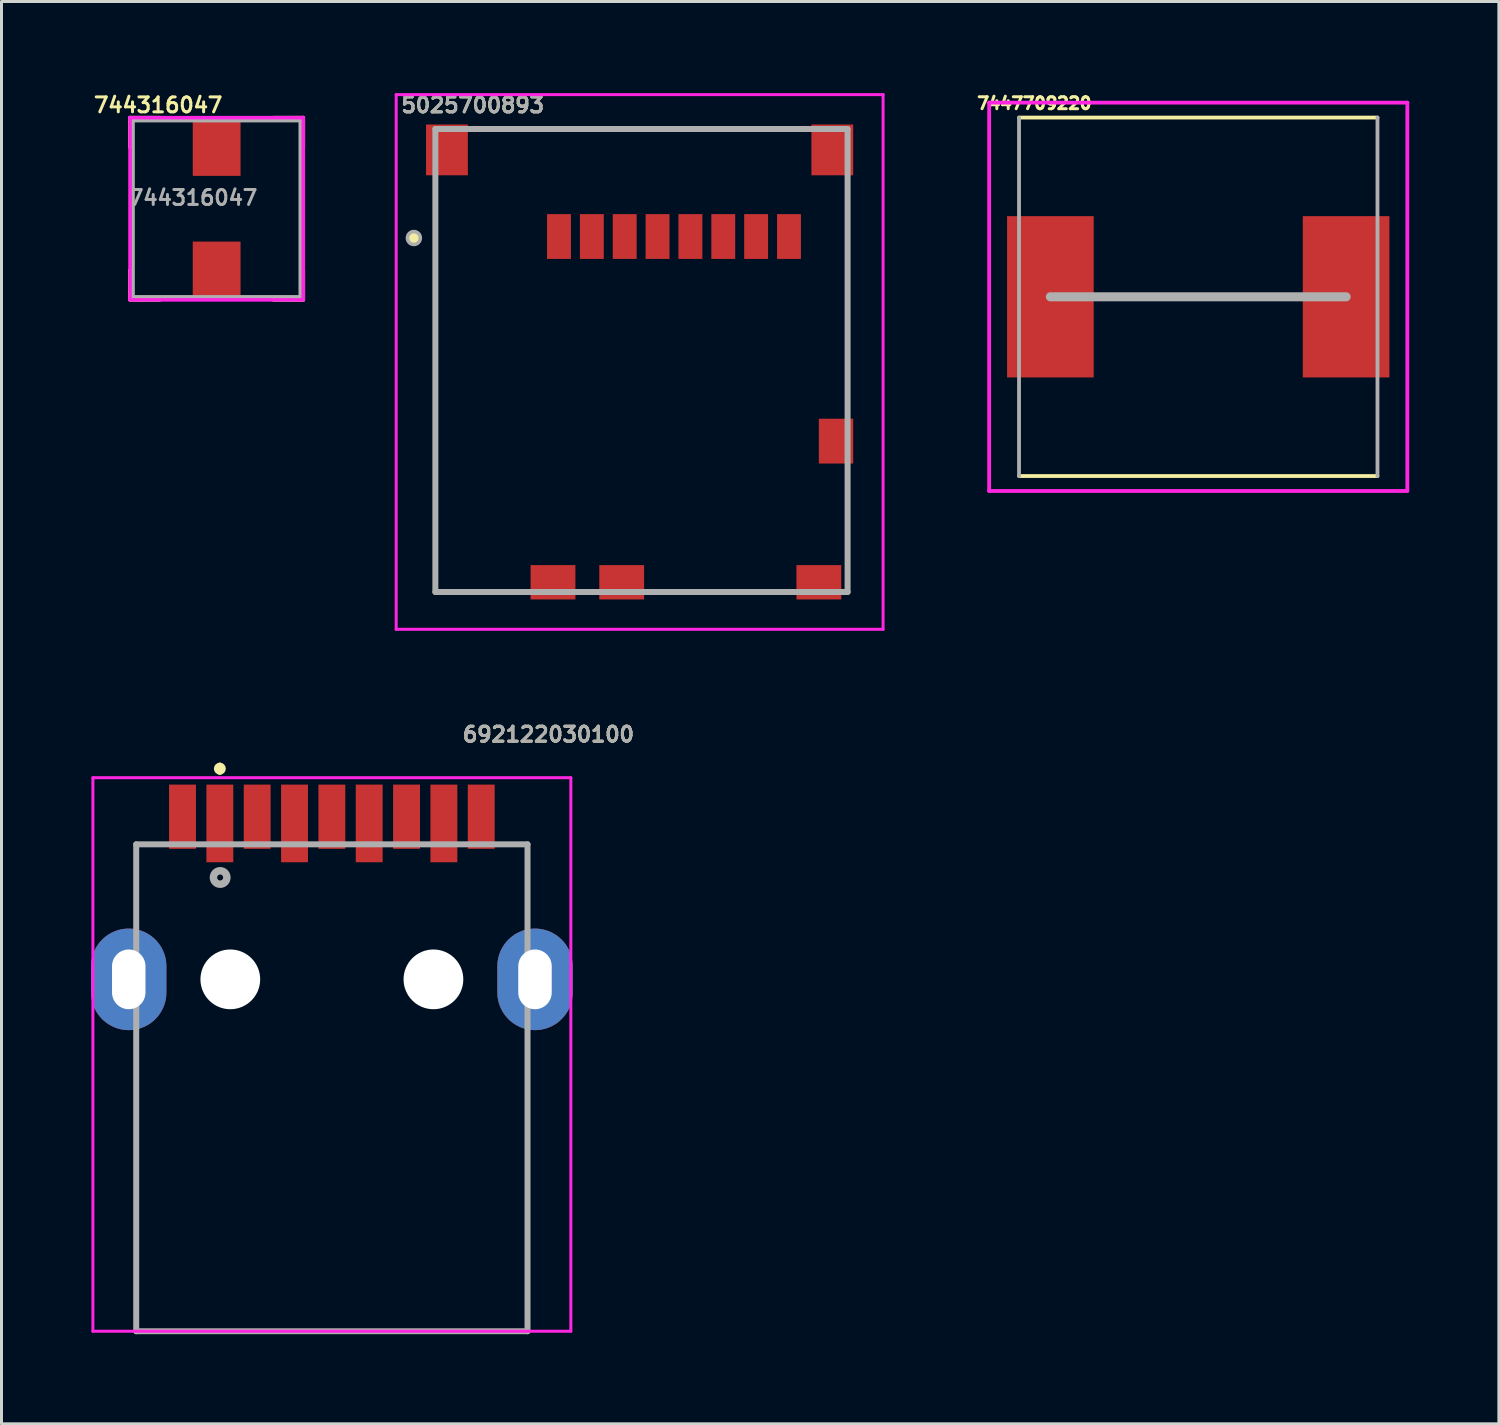
<source format=kicad_pcb>
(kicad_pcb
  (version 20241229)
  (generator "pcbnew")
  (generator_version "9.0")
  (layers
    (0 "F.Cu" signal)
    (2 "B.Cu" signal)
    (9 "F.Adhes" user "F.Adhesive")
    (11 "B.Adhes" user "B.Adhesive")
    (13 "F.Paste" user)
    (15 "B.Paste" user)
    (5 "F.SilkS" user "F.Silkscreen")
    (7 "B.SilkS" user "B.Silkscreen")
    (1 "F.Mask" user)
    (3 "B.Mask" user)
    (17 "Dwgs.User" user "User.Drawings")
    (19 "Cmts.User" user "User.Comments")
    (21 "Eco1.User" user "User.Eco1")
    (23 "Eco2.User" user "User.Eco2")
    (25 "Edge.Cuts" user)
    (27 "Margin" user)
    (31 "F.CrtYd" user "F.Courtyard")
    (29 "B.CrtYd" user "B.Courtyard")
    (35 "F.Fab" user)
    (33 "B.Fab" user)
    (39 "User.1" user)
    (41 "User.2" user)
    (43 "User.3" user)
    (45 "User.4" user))
  (footprint "7447709220"
    (layer "F.Cu")
    (at 37.064 6.886)
    (property "Reference" "7447709220" (at -5.486 -6.477 0) (layer "F.SilkS") (effects (font (size 0.4 0.4) (thickness 0.1))))
    (attr smd)
    (fp_line (start -6 6) (end 6 6) (stroke (width 0.127) (type solid)) (layer "F.SilkS"))
    (fp_line (start 6 -6) (end -6 -6) (stroke (width 0.127) (type solid)) (layer "F.SilkS"))
    (fp_line (start -7 -6.5) (end -7 6.5) (stroke (width 0.127) (type solid)) (layer "F.CrtYd"))
    (fp_line (start -7 6.5) (end 7 6.5) (stroke (width 0.127) (type solid)) (layer "F.CrtYd"))
    (fp_line (start 7 -6.5) (end -7 -6.5) (stroke (width 0.127) (type solid)) (layer "F.CrtYd"))
    (fp_line (start 7 6.5) (end 7 -6.5) (stroke (width 0.127) (type solid)) (layer "F.CrtYd"))
    (fp_line (start -6 -6) (end -6 6) (stroke (width 0.127) (type solid)) (layer "F.Fab"))
    (fp_line (start 4.95 0) (end -4.95 0) (stroke (width 0.305) (type solid)) (layer "F.Fab"))
    (fp_line (start 6 6) (end 6 -6) (stroke (width 0.127) (type solid)) (layer "F.Fab"))
    (pad "1" smd rect (at -4.95 0) (size 2.9 5.4) (layers "F.Cu" "F.Mask" "F.Paste"))
    (pad "2" smd rect (at 4.95 0) (size 2.9 5.4) (layers "F.Cu" "F.Mask" "F.Paste")))
  (footprint "692122030100"
    (layer "F.Cu")
    (at 8.06 29.736)
    (property "Reference" "692122030100" (at 7.25 -8.2 0) (layer "F.SilkS") (effects (font (size 0.5 0.5) (thickness 0.1))))
    (attr through_hole)
    (fp_line (start -6.55 -4.52) (end -6.55 -2.52) (stroke (width 0.1) (type solid)) (layer "F.SilkS"))
    (fp_line (start -6.55 2.479) (end -6.55 11.78) (stroke (width 0.1) (type solid)) (layer "F.SilkS"))
    (fp_line (start -6.55 11.78) (end 6.55 11.78) (stroke (width 0.1) (type solid)) (layer "F.SilkS"))
    (fp_line (start -3.75 -7.153) (end -3.75 -7.153) (stroke (width 0.2) (type solid)) (layer "F.SilkS"))
    (fp_line (start -3.75 -6.953) (end -3.75 -6.953) (stroke (width 0.2) (type solid)) (layer "F.SilkS"))
    (fp_line (start 6.55 -4.52) (end 6.55 -2.52) (stroke (width 0.1) (type solid)) (layer "F.SilkS"))
    (fp_line (start 6.55 11.78) (end 6.55 2.479) (stroke (width 0.1) (type solid)) (layer "F.SilkS"))
    (fp_arc (start -3.75 -7.153) (mid -3.65 -7.053) (end -3.75 -6.953) (stroke (width 0.2) (type solid)) (layer "F.SilkS"))
    (fp_arc (start -3.75 -6.953) (mid -3.85 -7.053) (end -3.75 -7.153) (stroke (width 0.2) (type solid)) (layer "F.SilkS"))
    (fp_line (start -8 -6.75) (end 8 -6.75) (stroke (width 0.1) (type solid)) (layer "F.CrtYd"))
    (fp_line (start -8 11.78) (end -8 -6.75) (stroke (width 0.1) (type solid)) (layer "F.CrtYd"))
    (fp_line (start 8 -6.75) (end 8 11.78) (stroke (width 0.1) (type solid)) (layer "F.CrtYd"))
    (fp_line (start 8 11.78) (end -8 11.78) (stroke (width 0.1) (type solid)) (layer "F.CrtYd"))
    (fp_line (start -6.55 -4.52) (end 6.55 -4.52) (stroke (width 0.2) (type solid)) (layer "F.Fab"))
    (fp_line (start -6.55 11.78) (end -6.55 -4.52) (stroke (width 0.2) (type solid)) (layer "F.Fab"))
    (fp_line (start 6.55 -4.52) (end 6.55 11.78) (stroke (width 0.2) (type solid)) (layer "F.Fab"))
    (fp_line (start 6.55 11.78) (end -6.55 11.78) (stroke (width 0.2) (type solid)) (layer "F.Fab"))
    (fp_circle (center -3.74 -3.41) (end -3.64 -3.41) (stroke (width 0.25) (type solid)) (fill no) (layer "F.Fab"))
    (fp_text user "${REFERENCE}" (at 7.25 -8.2 0) (layer "F.Fab") (effects (font (size 0.5 0.5) (thickness 0.1))))
    (pad "" np_thru_hole circle (at -3.4 0) (size 2 2) (drill 2) (layers "*.Cu" "*.Mask"))
    (pad "" np_thru_hole circle (at 3.4 0) (size 2 2) (drill 2) (layers "*.Cu" "*.Mask"))
    (pad "1" smd rect (at -3.75 -5.22) (size 0.9 2.6) (layers "F.Cu" "F.Mask" "F.Paste"))
    (pad "2" smd rect (at -1.25 -5.22) (size 0.9 2.6) (layers "F.Cu" "F.Mask" "F.Paste"))
    (pad "3" smd rect (at 1.25 -5.22) (size 0.9 2.6) (layers "F.Cu" "F.Mask" "F.Paste"))
    (pad "4" smd rect (at 3.75 -5.22) (size 0.9 2.6) (layers "F.Cu" "F.Mask" "F.Paste"))
    (pad "5" smd rect (at 5 -5.445) (size 0.9 2.15) (layers "F.Cu" "F.Mask" "F.Paste"))
    (pad "6" smd rect (at 2.5 -5.445) (size 0.9 2.15) (layers "F.Cu" "F.Mask" "F.Paste"))
    (pad "7" smd rect (at 0 -5.445) (size 0.9 2.15) (layers "F.Cu" "F.Mask" "F.Paste"))
    (pad "8" smd rect (at -2.5 -5.445) (size 0.9 2.15) (layers "F.Cu" "F.Mask" "F.Paste"))
    (pad "9" smd rect (at -5 -5.445) (size 0.9 2.15) (layers "F.Cu" "F.Mask" "F.Paste"))
    (pad "MH1" thru_hole oval (at -6.8 0) (size 2.52 3.4) (drill oval 1.12 2) (layers "*.Cu" "*.Mask"))
    (pad "MH2" thru_hole oval (at 6.8 0) (size 2.52 3.4) (drill oval 1.12 2) (layers "*.Cu" "*.Mask")))
  (footprint "5025700893"
    (layer "F.Cu")
    (at 18.425 9.018)
    (property "Reference" "5025700893" (at -5.65 -8.55 0) (layer "F.SilkS") (effects (font (size 0.5 0.5) (thickness 0.1))))
    (attr smd)
    (fp_line (start -7.6 -4.2) (end -7.6 -4.2) (stroke (width 0.2) (type solid)) (layer "F.SilkS"))
    (fp_line (start -7.6 -4) (end -7.6 -4) (stroke (width 0.2) (type solid)) (layer "F.SilkS"))
    (fp_line (start -6.9 -5.8) (end -6.9 7.75) (stroke (width 0.1) (type solid)) (layer "F.SilkS"))
    (fp_line (start -6.9 7.75) (end -4.2 7.75) (stroke (width 0.1) (type solid)) (layer "F.SilkS"))
    (fp_line (start -5.4 -7.75) (end 5.4 -7.75) (stroke (width 0.1) (type solid)) (layer "F.SilkS"))
    (fp_line (start 0.537 7.75) (end 4.8 7.75) (stroke (width 0.1) (type solid)) (layer "F.SilkS"))
    (fp_line (start 6.9 -5.8) (end 6.9 1.6) (stroke (width 0.1) (type solid)) (layer "F.SilkS"))
    (fp_line (start 6.9 3.8) (end 6.9 6.4) (stroke (width 0.1) (type solid)) (layer "F.SilkS"))
    (fp_arc (start -7.6 -4.2) (mid -7.5 -4.1) (end -7.6 -4) (stroke (width 0.2) (type solid)) (layer "F.SilkS"))
    (fp_arc (start -7.6 -4) (mid -7.7 -4.1) (end -7.6 -4.2) (stroke (width 0.2) (type solid)) (layer "F.SilkS"))
    (fp_line (start -8.212 -8.9) (end 8.088 -8.9) (stroke (width 0.1) (type solid)) (layer "F.CrtYd"))
    (fp_line (start -8.212 9) (end -8.212 -8.9) (stroke (width 0.1) (type solid)) (layer "F.CrtYd"))
    (fp_line (start 8.088 -8.9) (end 8.088 9) (stroke (width 0.1) (type solid)) (layer "F.CrtYd"))
    (fp_line (start 8.088 9) (end -8.212 9) (stroke (width 0.1) (type solid)) (layer "F.CrtYd"))
    (fp_line (start -6.9 -7.75) (end 6.9 -7.75) (stroke (width 0.2) (type solid)) (layer "F.Fab"))
    (fp_line (start -6.9 7.75) (end -6.9 -7.75) (stroke (width 0.2) (type solid)) (layer "F.Fab"))
    (fp_line (start 6.9 -7.75) (end 6.9 7.75) (stroke (width 0.2) (type solid)) (layer "F.Fab"))
    (fp_line (start 6.9 7.75) (end -6.9 7.75) (stroke (width 0.2) (type solid)) (layer "F.Fab"))
    (fp_circle (center -7.62 -4.1) (end -7.42 -4.02) (stroke (width 0.12) (type solid)) (fill no) (layer "F.Fab"))
    (fp_text user "${REFERENCE}" (at -5.65 -8.55 0) (layer "F.Fab") (effects (font (size 0.5 0.5) (thickness 0.1))))
    (pad "1" smd rect (at -2.762 -4.15) (size 0.8 1.5) (layers "F.Cu" "F.Mask" "F.Paste"))
    (pad "2" smd rect (at -1.662 -4.15) (size 0.8 1.5) (layers "F.Cu" "F.Mask" "F.Paste"))
    (pad "3" smd rect (at -0.562 -4.15) (size 0.8 1.5) (layers "F.Cu" "F.Mask" "F.Paste"))
    (pad "4" smd rect (at 0.538 -4.15) (size 0.8 1.5) (layers "F.Cu" "F.Mask" "F.Paste"))
    (pad "5" smd rect (at 1.638 -4.15) (size 0.8 1.5) (layers "F.Cu" "F.Mask" "F.Paste"))
    (pad "6" smd rect (at 2.738 -4.15) (size 0.8 1.5) (layers "F.Cu" "F.Mask" "F.Paste"))
    (pad "7" smd rect (at 3.838 -4.15) (size 0.8 1.5) (layers "F.Cu" "F.Mask" "F.Paste"))
    (pad "8" smd rect (at 4.938 -4.15) (size 0.8 1.5) (layers "F.Cu" "F.Mask" "F.Paste"))
    (pad "DL1" smd rect (at 6.513 2.7) (size 1.15 1.5) (layers "F.Cu" "F.Mask" "F.Paste"))
    (pad "DS1" smd rect (at -0.662 7.425 90) (size 1.15 1.5) (layers "F.Cu" "F.Mask" "F.Paste"))
    (pad "SM1" smd rect (at 6.388 -7.05) (size 1.4 1.7) (layers "F.Cu" "F.Mask" "F.Paste"))
    (pad "SM2" smd rect (at -6.512 -7.05) (size 1.4 1.7) (layers "F.Cu" "F.Mask" "F.Paste"))
    (pad "SM3" smd rect (at -2.962 7.425 90) (size 1.15 1.5) (layers "F.Cu" "F.Mask" "F.Paste"))
    (pad "SM4" smd rect (at 5.938 7.425 90) (size 1.15 1.5) (layers "F.Cu" "F.Mask" "F.Paste")))
  (footprint "744316047"
    (layer "F.Cu")
    (at 4.203 3.938)
    (property "Reference" "744316047" (at -1.96 -3.47 0) (layer "F.SilkS") (effects (font (size 0.5 0.5) (thickness 0.1))))
    (attr through_hole)
    (fp_line (start -2.9 -3.05) (end -2.9 -2.05) (stroke (width 0.12) (type solid)) (layer "F.SilkS"))
    (fp_line (start -2.9 -3.05) (end -1.9 -3.05) (stroke (width 0.12) (type solid)) (layer "F.SilkS"))
    (fp_line (start -2.9 3.05) (end -2.9 2.05) (stroke (width 0.12) (type solid)) (layer "F.SilkS"))
    (fp_line (start -2.9 3.05) (end -1.9 3.05) (stroke (width 0.12) (type solid)) (layer "F.SilkS"))
    (fp_line (start 1.9 -3.05) (end 2.9 -3.05) (stroke (width 0.12) (type solid)) (layer "F.SilkS"))
    (fp_line (start 2.9 -3.05) (end 2.9 -2.05) (stroke (width 0.12) (type solid)) (layer "F.SilkS"))
    (fp_line (start 2.9 3.05) (end 1.9 3.05) (stroke (width 0.12) (type solid)) (layer "F.SilkS"))
    (fp_line (start 2.9 3.05) (end 2.9 2.05) (stroke (width 0.12) (type solid)) (layer "F.SilkS"))
    (fp_line (start -2.9 -3.05) (end 2.9 -3.05) (stroke (width 0.12) (type solid)) (layer "F.CrtYd"))
    (fp_line (start -2.9 3.05) (end -2.9 -3.05) (stroke (width 0.12) (type solid)) (layer "F.CrtYd"))
    (fp_line (start 2.9 -3.05) (end 2.9 3.05) (stroke (width 0.12) (type solid)) (layer "F.CrtYd"))
    (fp_line (start 2.9 3.05) (end -2.9 3.05) (stroke (width 0.12) (type solid)) (layer "F.CrtYd"))
    (fp_line (start -2.8 -2.95) (end 2.8 -2.95) (stroke (width 0.12) (type solid)) (layer "F.Fab"))
    (fp_line (start -2.8 2.95) (end -2.8 -2.95) (stroke (width 0.12) (type solid)) (layer "F.Fab"))
    (fp_line (start 2.8 -2.95) (end 2.8 2.95) (stroke (width 0.12) (type solid)) (layer "F.Fab"))
    (fp_line (start 2.8 2.95) (end -2.8 2.95) (stroke (width 0.12) (type solid)) (layer "F.Fab"))
    (fp_text user "${REFERENCE}" (at -0.79 -0.37 0) (layer "F.Fab") (effects (font (size 0.5 0.5) (thickness 0.1))))
    (pad "1" smd rect (at 0 -2.05) (size 1.6 1.9) (layers "F.Cu" "F.Mask" "F.Paste"))
    (pad "2" smd rect (at 0 2.05) (size 1.6 1.9) (layers "F.Cu" "F.Mask" "F.Paste")))
  (gr_rect
    (start -3 -3)
    (end 47.128 44.616)
    (stroke (width 0.1) (type default))
    (fill no)
    (layer "Edge.Cuts")))
</source>
